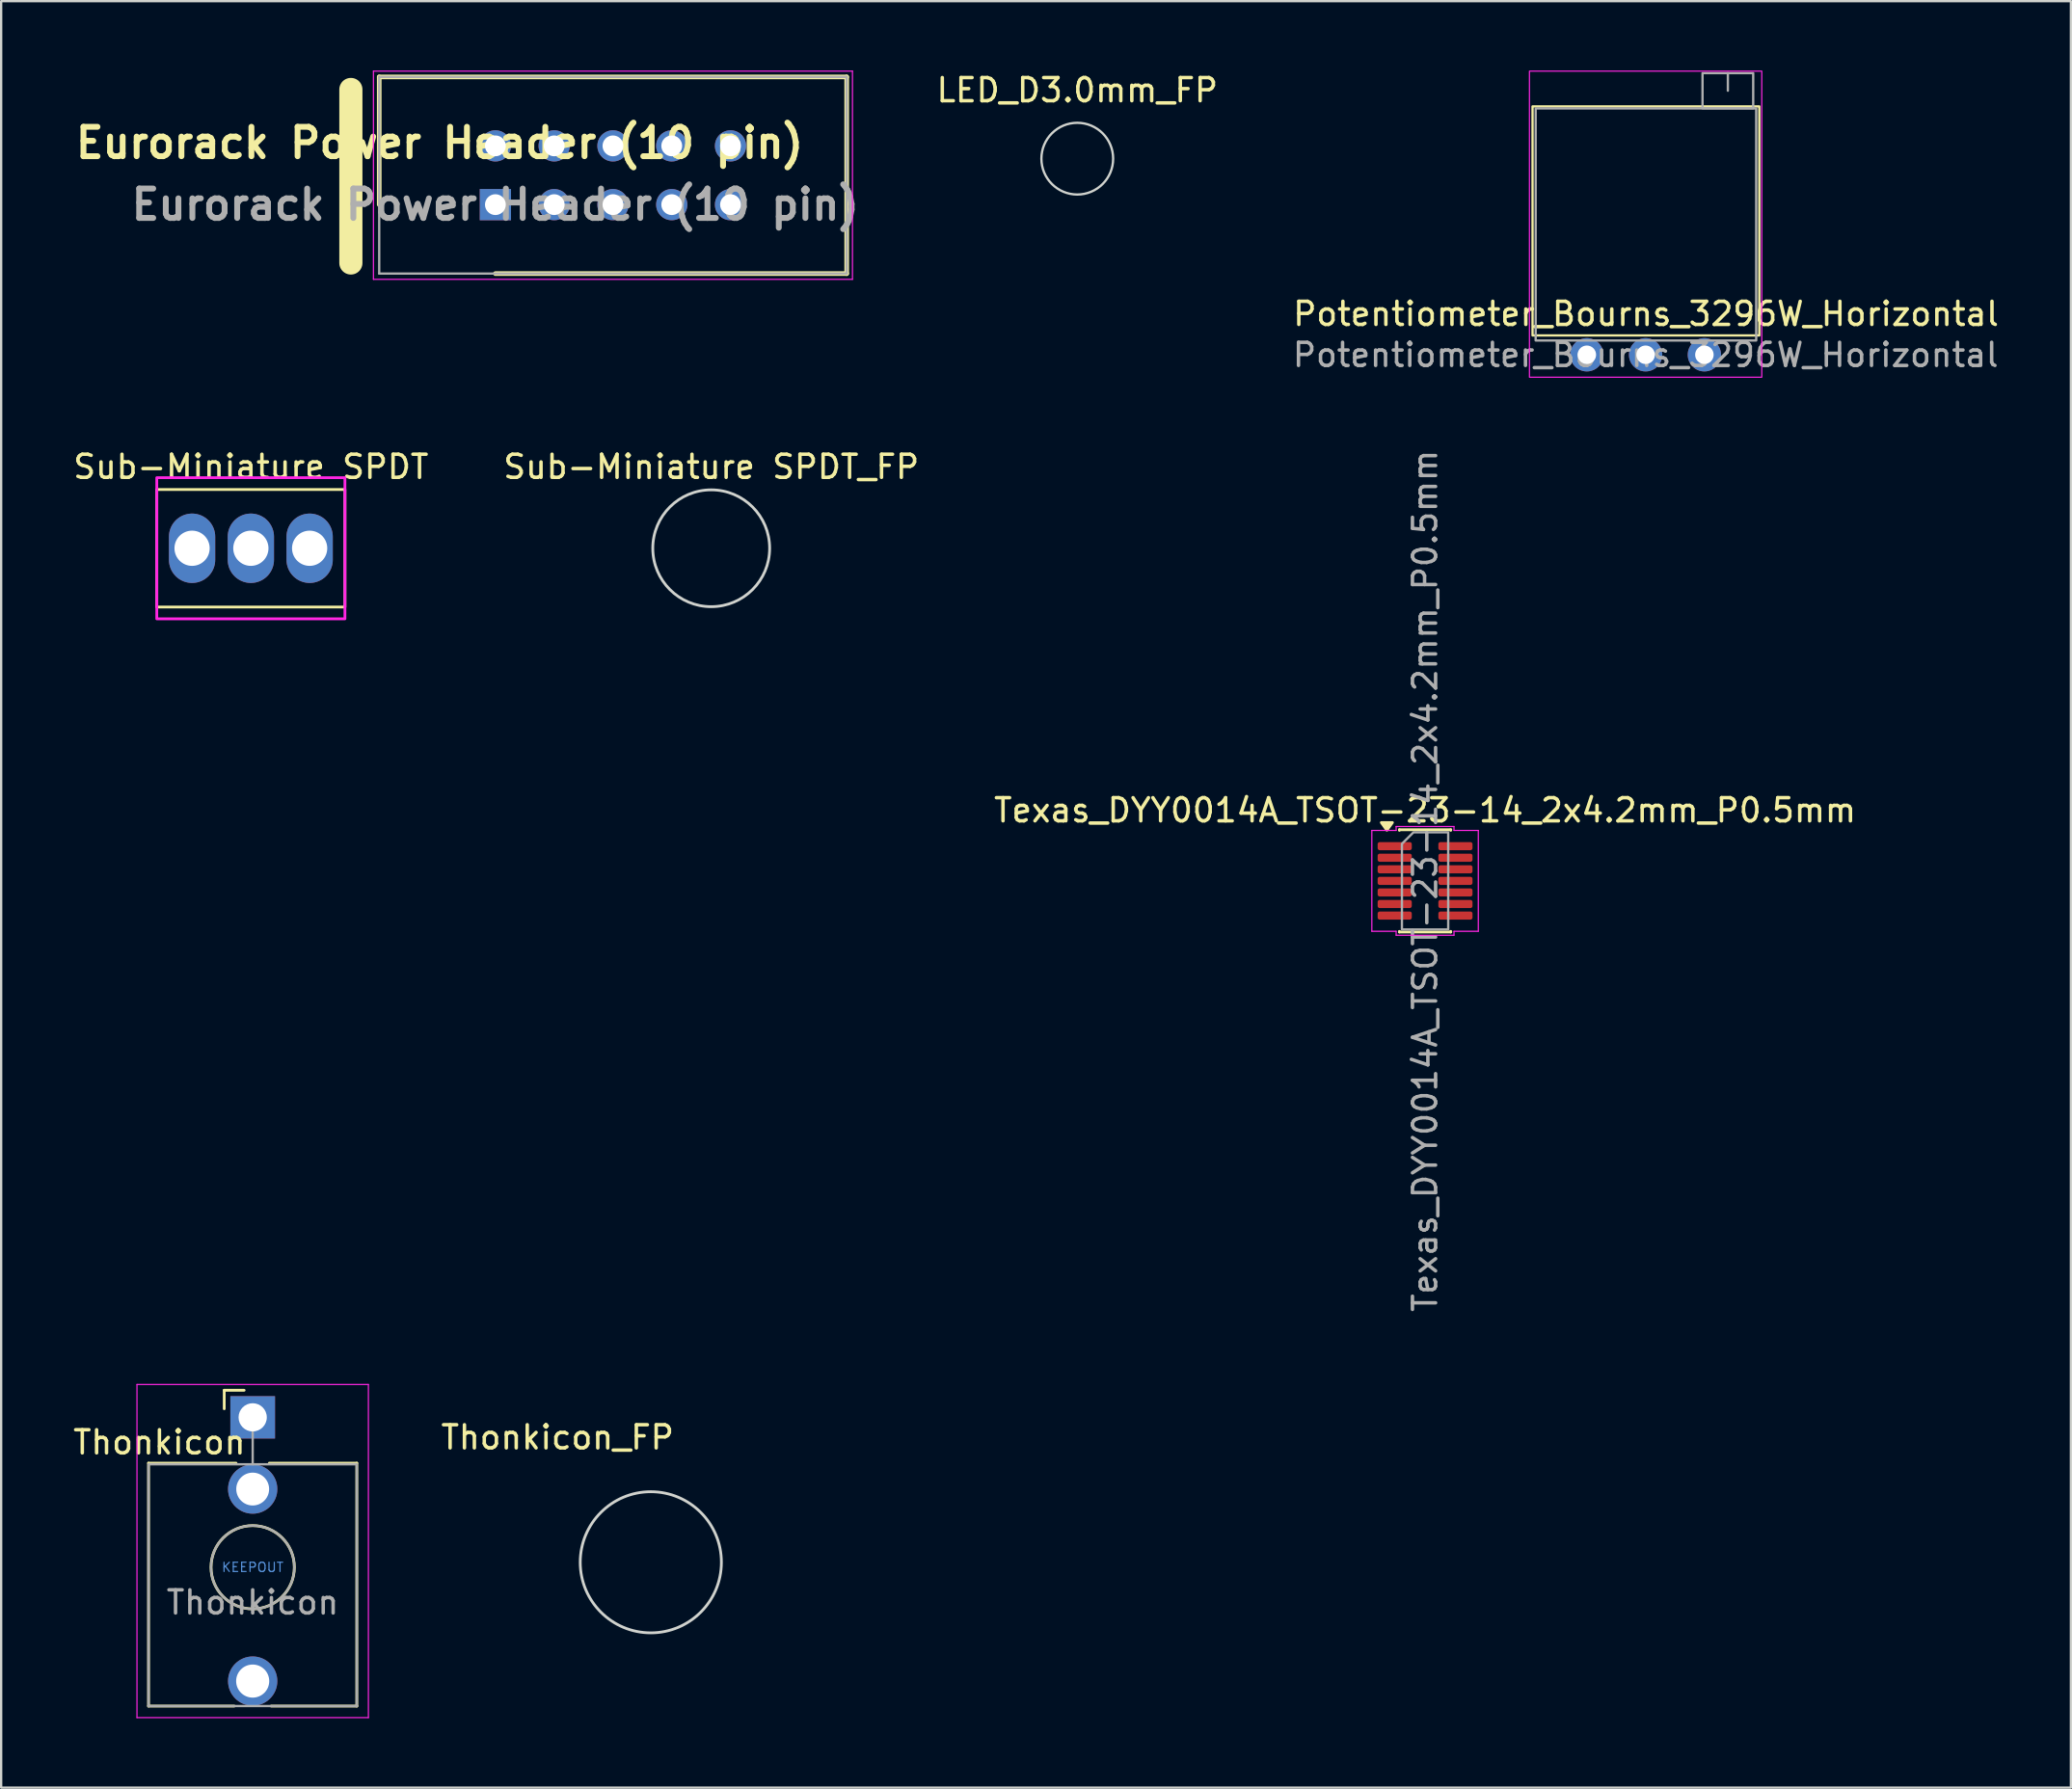
<source format=kicad_pcb>
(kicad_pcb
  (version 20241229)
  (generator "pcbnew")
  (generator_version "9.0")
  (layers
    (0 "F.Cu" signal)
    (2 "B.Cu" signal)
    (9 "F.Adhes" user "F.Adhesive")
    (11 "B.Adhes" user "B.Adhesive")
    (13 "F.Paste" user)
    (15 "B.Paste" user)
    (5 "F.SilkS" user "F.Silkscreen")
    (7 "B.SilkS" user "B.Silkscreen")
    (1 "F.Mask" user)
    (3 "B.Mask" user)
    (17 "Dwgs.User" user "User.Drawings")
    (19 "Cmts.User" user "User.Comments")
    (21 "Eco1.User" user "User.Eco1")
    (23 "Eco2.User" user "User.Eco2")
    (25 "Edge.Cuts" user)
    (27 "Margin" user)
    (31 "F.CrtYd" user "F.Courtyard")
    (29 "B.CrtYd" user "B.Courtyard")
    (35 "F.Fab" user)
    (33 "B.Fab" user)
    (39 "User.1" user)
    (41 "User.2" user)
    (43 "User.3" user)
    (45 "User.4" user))
  (footprint "Sub-Miniature SPDT"
    (layer "F.Cu")
    (at 7.79 20.648)
    (property "Reference" "Sub-Miniature SPDT" (at 0.002 -3.52 0) (unlocked yes) (layer "F.SilkS") (effects (font (size 1 1) (thickness 0.15))))
    (attr through_hole)
    (fp_rect (start -4.065 -2.54) (end 4.065 2.54) (stroke (width 0.12) (type solid)) (fill no) (layer "F.SilkS"))
    (fp_rect (start -4.065 -3.05) (end 4.065 3.05) (stroke (width 0.12) (type solid)) (fill no) (layer "F.CrtYd"))
    (pad "1" thru_hole oval (at -2.54 0 180) (size 2 3) (drill 1.522) (layers "*.Cu" "*.Mask"))
    (pad "2" thru_hole oval (at 0 0 180) (size 2 3) (drill 1.522) (layers "*.Cu" "*.Mask"))
    (pad "3" thru_hole oval (at 2.54 0 180) (size 2 3) (drill 1.522) (layers "*.Cu" "*.Mask")))
  (footprint "Potentiometer_Bourns_3296W_Horizontal"
    (layer "F.Cu")
    (at 70.6 12.285)
    (property "Reference" "Potentiometer_Bourns_3296W_Horizontal" (at -2.526 -1.768 0) (layer "F.SilkS") (effects (font (size 1 1) (thickness 0.15))))
    (attr through_hole)
    (fp_rect (start -7.426 -10.736) (end 2.374 -0.836) (stroke (width 0.1) (type default)) (fill no) (layer "F.SilkS"))
    (fp_rect (start -7.56 -12.26) (end 2.48 0.97) (stroke (width 0.05) (type solid)) (fill no) (layer "F.CrtYd"))
    (fp_line (start 1.014 -12.174) (end 1.014 -11.414) (stroke (width 0.1) (type solid)) (layer "F.Fab"))
    (fp_rect (start -7.291 -10.648) (end 2.239 -0.618) (stroke (width 0.1) (type solid)) (fill no) (layer "F.Fab"))
    (fp_rect (start -0.081 -12.174) (end 2.109 -10.654) (stroke (width 0.1) (type solid)) (fill no) (layer "F.Fab"))
    (fp_text user "${REFERENCE}" (at -2.54 0.005 0) (layer "F.Fab") (effects (font (size 1 1) (thickness 0.15))))
    (pad "1" thru_hole circle (at 0 0) (size 1.44 1.44) (drill 0.8) (layers "*.Cu" "*.Mask"))
    (pad "2" thru_hole circle (at -2.54 0) (size 1.44 1.44) (drill 0.8) (layers "*.Cu" "*.Mask"))
    (pad "3" thru_hole circle (at -5.08 0) (size 1.44 1.44) (drill 0.8) (layers "*.Cu" "*.Mask")))
  (footprint "Thonkicon_FP"
    (layer "F.Cu")
    (at 25.073 57.998)
    (property "Reference" "Thonkicon_FP" (at -4.03 1.08 180) (layer "F.SilkS") (effects (font (size 1 1) (thickness 0.15))))
    (attr through_hole)
    (fp_circle (center 0 6.48) (end 3.05 6.48) (stroke (width 0.12) (type solid)) (fill no) (layer "Edge.Cuts"))
    (fp_line (start -1.23 -1.17) (end -1.23 -0.37) (stroke (width 0.12) (type solid)) (layer "User.1"))
    (fp_line (start -1.23 -1.17) (end -0.37 -1.17) (stroke (width 0.12) (type solid)) (layer "User.1")))
  (footprint "Thonkicon"
    (layer "F.Cu")
    (at 7.869 58.213)
    (property "Reference" "Thonkicon" (at -4.03 1.08 180) (layer "F.SilkS") (effects (font (size 1 1) (thickness 0.15))))
    (attr through_hole)
    (fp_line (start -4.5 1.98) (end -4.5 12.48) (stroke (width 0.12) (type solid)) (layer "F.SilkS"))
    (fp_line (start -1.23 -1.17) (end -1.23 -0.37) (stroke (width 0.12) (type solid)) (layer "F.SilkS"))
    (fp_line (start -1.23 -1.17) (end -0.37 -1.17) (stroke (width 0.12) (type solid)) (layer "F.SilkS"))
    (fp_line (start -0.8 12.48) (end -4.5 12.48) (stroke (width 0.12) (type solid)) (layer "F.SilkS"))
    (fp_line (start -0.72 1.98) (end -4.5 1.98) (stroke (width 0.12) (type solid)) (layer "F.SilkS"))
    (fp_line (start 4.5 1.98) (end 0.72 1.98) (stroke (width 0.12) (type solid)) (layer "F.SilkS"))
    (fp_line (start 4.5 1.98) (end 4.5 12.48) (stroke (width 0.12) (type solid)) (layer "F.SilkS"))
    (fp_line (start 4.5 12.48) (end 0.8 12.48) (stroke (width 0.12) (type solid)) (layer "F.SilkS"))
    (fp_circle (center 0 6.48) (end 1.8 6.48) (stroke (width 0.12) (type solid)) (fill no) (layer "F.SilkS"))
    (fp_line (start -5 12.98) (end -5 -1.42) (stroke (width 0.05) (type solid)) (layer "F.CrtYd"))
    (fp_line (start 5 -1.42) (end -5 -1.42) (stroke (width 0.05) (type solid)) (layer "F.CrtYd"))
    (fp_line (start 5 12.98) (end -5 12.98) (stroke (width 0.05) (type solid)) (layer "F.CrtYd"))
    (fp_line (start 5 12.98) (end 5 -1.42) (stroke (width 0.05) (type solid)) (layer "F.CrtYd"))
    (fp_line (start -4.5 12.48) (end -4.5 2.08) (stroke (width 0.1) (type solid)) (layer "F.Fab"))
    (fp_line (start 0 0) (end 0 2.03) (stroke (width 0.1) (type solid)) (layer "F.Fab"))
    (fp_line (start 4.5 2.03) (end -4.5 2.03) (stroke (width 0.1) (type solid)) (layer "F.Fab"))
    (fp_line (start 4.5 12.48) (end -4.5 12.48) (stroke (width 0.1) (type solid)) (layer "F.Fab"))
    (fp_line (start 4.5 12.48) (end 4.5 2.08) (stroke (width 0.1) (type solid)) (layer "F.Fab"))
    (fp_circle (center 0 6.48) (end 1.8 6.48) (stroke (width 0.1) (type solid)) (fill no) (layer "F.Fab"))
    (fp_text user "KEEPOUT" (at 0 6.48 0) (layer "Cmts.User") (effects (font (size 0.4 0.4) (thickness 0.051))))
    (fp_text user "${REFERENCE}" (at 0 8 180) (layer "F.Fab") (effects (font (size 1 1) (thickness 0.15))))
    (pad "S" thru_hole rect (at 0 0 180) (size 1.93 1.83) (drill 1.22) (layers "*.Cu" "*.Mask"))
    (pad "T" thru_hole circle (at 0 11.4 180) (size 2.13 2.13) (drill 1.43) (layers "*.Cu" "*.Mask"))
    (pad "TN" thru_hole circle (at 0 3.1 180) (size 2.13 2.13) (drill 1.42) (layers "*.Cu" "*.Mask"))
    (zone (net_name "") (layer "F.Cu") (hatch full 0.508) (connect_pads) (min_thickness 0.254) (filled_areas_thickness no) (keepout (tracks not_allowed) (vias not_allowed) (pads not_allowed) (copperpour not_allowed) (footprints not_allowed)) (placement (enabled no)) (fill) (polygon (pts (xy 9.374 64.693) (xy 9.354 64.447) (xy 9.294 64.208) (xy 9.196 63.982) (xy 9.062 63.775) (xy 8.896 63.592) (xy 8.702 63.439) (xy 8.486 63.32) (xy 8.254 63.238) (xy 8.011 63.195) (xy 7.764 63.192) (xy 7.52 63.229) (xy 7.286 63.306) (xy 7.067 63.419) (xy 6.87 63.568) (xy 6.7 63.746) (xy 6.561 63.95) (xy 6.457 64.173) (xy 6.391 64.411) (xy 6.365 64.656) (xy 6.379 64.903) (xy 6.433 65.143) (xy 6.526 65.372) (xy 6.655 65.582) (xy 6.816 65.768) (xy 7.006 65.926) (xy 7.219 66.05) (xy 7.449 66.138) (xy 7.691 66.188) (xy 7.938 66.197) (xy 8.182 66.165) (xy 8.418 66.094) (xy 8.64 65.986) (xy 8.841 65.843) (xy 9.016 65.669) (xy 9.159 65.468) (xy 9.269 65.247) (xy 9.34 65.011) (xy 9.373 64.767)))))
  (footprint "Eurorack Power Header (10 pin)"
    (layer "F.Cu")
    (at 18.357 5.795)
    (property "Reference" "Eurorack Power Header (10 pin)" (at -2.409 -2.668 0) (layer "F.SilkS") (effects (font (size 1.27 1.27) (thickness 0.254))))
    (attr through_hole)
    (fp_line (start -6.245 -4.978) (end -6.245 2.522) (stroke (width 1) (type solid)) (layer "F.SilkS"))
    (fp_line (start -5.02 -5.52) (end -5.02 0) (stroke (width 0.2) (type solid)) (layer "F.SilkS"))
    (fp_line (start 0 2.98) (end 15.18 2.98) (stroke (width 0.2) (type solid)) (layer "F.SilkS"))
    (fp_line (start 15.18 -5.52) (end -5.02 -5.52) (stroke (width 0.2) (type solid)) (layer "F.SilkS"))
    (fp_line (start 15.18 2.98) (end 15.18 -5.52) (stroke (width 0.2) (type solid)) (layer "F.SilkS"))
    (fp_line (start -5.27 -5.77) (end 15.43 -5.77) (stroke (width 0.05) (type solid)) (layer "F.CrtYd"))
    (fp_line (start -5.27 3.23) (end -5.27 -5.77) (stroke (width 0.05) (type solid)) (layer "F.CrtYd"))
    (fp_line (start 15.43 -5.77) (end 15.43 3.23) (stroke (width 0.05) (type solid)) (layer "F.CrtYd"))
    (fp_line (start 15.43 3.23) (end -5.27 3.23) (stroke (width 0.05) (type solid)) (layer "F.CrtYd"))
    (fp_line (start -5.02 -5.52) (end 15.18 -5.52) (stroke (width 0.1) (type solid)) (layer "F.Fab"))
    (fp_line (start -5.02 2.98) (end -5.02 -5.52) (stroke (width 0.1) (type solid)) (layer "F.Fab"))
    (fp_line (start 15.18 -5.52) (end 15.18 2.98) (stroke (width 0.1) (type solid)) (layer "F.Fab"))
    (fp_line (start 15.18 2.98) (end -5.02 2.98) (stroke (width 0.1) (type solid)) (layer "F.Fab"))
    (fp_text user "${REFERENCE}" (at 0 0 0) (layer "F.Fab") (effects (font (size 1.27 1.27) (thickness 0.254))))
    (pad "1" thru_hole rect (at 0 0) (size 1.35 1.35) (drill 0.9) (layers "*.Cu" "*.Mask"))
    (pad "2" thru_hole circle (at 0 -2.54) (size 1.35 1.35) (drill 0.9) (layers "*.Cu" "*.Mask"))
    (pad "3" thru_hole circle (at 2.54 0) (size 1.35 1.35) (drill 0.9) (layers "*.Cu" "*.Mask"))
    (pad "4" thru_hole circle (at 2.54 -2.54) (size 1.35 1.35) (drill 0.9) (layers "*.Cu" "*.Mask"))
    (pad "5" thru_hole circle (at 5.08 0) (size 1.35 1.35) (drill 0.9) (layers "*.Cu" "*.Mask"))
    (pad "6" thru_hole circle (at 5.08 -2.54) (size 1.35 1.35) (drill 0.9) (layers "*.Cu" "*.Mask"))
    (pad "7" thru_hole circle (at 7.62 0) (size 1.35 1.35) (drill 0.9) (layers "*.Cu" "*.Mask"))
    (pad "8" thru_hole circle (at 7.62 -2.54) (size 1.35 1.35) (drill 0.9) (layers "*.Cu" "*.Mask"))
    (pad "9" thru_hole circle (at 10.16 0) (size 1.35 1.35) (drill 0.9) (layers "*.Cu" "*.Mask"))
    (pad "10" thru_hole circle (at 10.16 -2.54) (size 1.35 1.35) (drill 0.9) (layers "*.Cu" "*.Mask")))
  (footprint "Texas_DYY0014A_TSOT-23-14_2x4.2mm_P0.5mm"
    (layer "F.Cu")
    (at 58.53 35.024)
    (property "Reference" "Texas_DYY0014A_TSOT-23-14_2x4.2mm_P0.5mm" (at 0 -3.05 0) (layer "F.SilkS") (effects (font (size 1 1) (thickness 0.15))))
    (attr smd)
    (fp_line (start -1.11 -2.21) (end 1.11 -2.21) (stroke (width 0.12) (type solid)) (layer "F.SilkS"))
    (fp_line (start -1.11 -2.185) (end -1.11 -2.21) (stroke (width 0.12) (type solid)) (layer "F.SilkS"))
    (fp_line (start -1.11 2.21) (end -1.11 2.185) (stroke (width 0.12) (type solid)) (layer "F.SilkS"))
    (fp_line (start 1.11 -2.21) (end 1.11 -2.185) (stroke (width 0.12) (type solid)) (layer "F.SilkS"))
    (fp_line (start 1.11 2.185) (end 1.11 2.21) (stroke (width 0.12) (type solid)) (layer "F.SilkS"))
    (fp_line (start 1.11 2.21) (end -1.11 2.21) (stroke (width 0.12) (type solid)) (layer "F.SilkS"))
    (fp_poly (pts (xy -1.65 -2.19) (xy -1.89 -2.52) (xy -1.41 -2.52)) (stroke (width 0.12) (type solid)) (fill yes) (layer "F.SilkS"))
    (fp_line (start -2.3 -2.18) (end -1.25 -2.18) (stroke (width 0.05) (type solid)) (layer "F.CrtYd"))
    (fp_line (start -2.3 2.18) (end -2.3 -2.18) (stroke (width 0.05) (type solid)) (layer "F.CrtYd"))
    (fp_line (start -1.25 -2.35) (end 1.25 -2.35) (stroke (width 0.05) (type solid)) (layer "F.CrtYd"))
    (fp_line (start -1.25 -2.18) (end -1.25 -2.35) (stroke (width 0.05) (type solid)) (layer "F.CrtYd"))
    (fp_line (start -1.25 2.18) (end -2.3 2.18) (stroke (width 0.05) (type solid)) (layer "F.CrtYd"))
    (fp_line (start -1.25 2.35) (end -1.25 2.18) (stroke (width 0.05) (type solid)) (layer "F.CrtYd"))
    (fp_line (start 1.25 -2.35) (end 1.25 -2.18) (stroke (width 0.05) (type solid)) (layer "F.CrtYd"))
    (fp_line (start 1.25 -2.18) (end 2.3 -2.18) (stroke (width 0.05) (type solid)) (layer "F.CrtYd"))
    (fp_line (start 1.25 2.18) (end 1.25 2.35) (stroke (width 0.05) (type solid)) (layer "F.CrtYd"))
    (fp_line (start 1.25 2.35) (end -1.25 2.35) (stroke (width 0.05) (type solid)) (layer "F.CrtYd"))
    (fp_line (start 2.3 -2.18) (end 2.3 2.18) (stroke (width 0.05) (type solid)) (layer "F.CrtYd"))
    (fp_line (start 2.3 2.18) (end 1.25 2.18) (stroke (width 0.05) (type solid)) (layer "F.CrtYd"))
    (fp_poly (pts (xy -1 -1.6) (xy -1 2.1) (xy 1 2.1) (xy 1 -2.1) (xy -0.5 -2.1)) (stroke (width 0.1) (type solid)) (fill no) (layer "F.Fab"))
    (fp_text user "${REFERENCE}" (at 0 0 90) (layer "F.Fab") (effects (font (size 1 1) (thickness 0.15))))
    (pad "1" smd roundrect (at -1.312 -1.5) (size 1.475 0.35) (layers "F.Cu" "F.Mask" "F.Paste") (roundrect_rratio 0.25))
    (pad "2" smd roundrect (at -1.312 -1) (size 1.475 0.35) (layers "F.Cu" "F.Mask" "F.Paste") (roundrect_rratio 0.25))
    (pad "3" smd roundrect (at -1.312 -0.5) (size 1.475 0.35) (layers "F.Cu" "F.Mask" "F.Paste") (roundrect_rratio 0.25))
    (pad "4" smd roundrect (at -1.312 0) (size 1.475 0.35) (layers "F.Cu" "F.Mask" "F.Paste") (roundrect_rratio 0.25))
    (pad "5" smd roundrect (at -1.312 0.5) (size 1.475 0.35) (layers "F.Cu" "F.Mask" "F.Paste") (roundrect_rratio 0.25))
    (pad "6" smd roundrect (at -1.312 1) (size 1.475 0.35) (layers "F.Cu" "F.Mask" "F.Paste") (roundrect_rratio 0.25))
    (pad "7" smd roundrect (at -1.312 1.5) (size 1.475 0.35) (layers "F.Cu" "F.Mask" "F.Paste") (roundrect_rratio 0.25))
    (pad "8" smd roundrect (at 1.312 1.5) (size 1.475 0.35) (layers "F.Cu" "F.Mask" "F.Paste") (roundrect_rratio 0.25))
    (pad "9" smd roundrect (at 1.312 1) (size 1.475 0.35) (layers "F.Cu" "F.Mask" "F.Paste") (roundrect_rratio 0.25))
    (pad "10" smd roundrect (at 1.312 0.5) (size 1.475 0.35) (layers "F.Cu" "F.Mask" "F.Paste") (roundrect_rratio 0.25))
    (pad "11" smd roundrect (at 1.312 0) (size 1.475 0.35) (layers "F.Cu" "F.Mask" "F.Paste") (roundrect_rratio 0.25))
    (pad "12" smd roundrect (at 1.312 -0.5) (size 1.475 0.35) (layers "F.Cu" "F.Mask" "F.Paste") (roundrect_rratio 0.25))
    (pad "13" smd roundrect (at 1.312 -1) (size 1.475 0.35) (layers "F.Cu" "F.Mask" "F.Paste") (roundrect_rratio 0.25))
    (pad "14" smd roundrect (at 1.312 -1.5) (size 1.475 0.35) (layers "F.Cu" "F.Mask" "F.Paste") (roundrect_rratio 0.25)))
  (footprint "LED_D3.0mm_FP"
    (layer "F.Cu")
    (at 42.231 3.808)
    (property "Reference" "LED_D3.0mm_FP" (at 1.27 -2.96 0) (layer "F.SilkS") (effects (font (size 1 1) (thickness 0.15))))
    (attr through_hole)
    (fp_circle (center 1.27 0) (end 2.82 0) (stroke (width 0.1) (type solid)) (fill no) (layer "Edge.Cuts"))
    (fp_line (start -0.23 -1.166) (end -0.23 1.166) (stroke (width 0.1) (type solid)) (layer "User.1"))
    (fp_arc (start -0.23 -1.16619) (mid 3.17 0) (end -0.23 1.16619) (stroke (width 0.1) (type solid)) (layer "User.1")))
  (footprint "Sub-Miniature SPDT_FP"
    (layer "F.Cu")
    (at 27.683 20.648)
    (property "Reference" "Sub-Miniature SPDT_FP" (at 0.002 -3.52 0) (unlocked yes) (layer "F.SilkS") (effects (font (size 1 1) (thickness 0.15))))
    (attr through_hole)
    (fp_circle (center 0 0) (end 2.525 0) (stroke (width 0.12) (type solid)) (fill no) (layer "Edge.Cuts"))
    (fp_rect (start -4.065 -2.54) (end 4.065 2.54) (stroke (width 0.12) (type solid)) (fill no) (layer "User.1")))
  (gr_rect
    (start -3 -3)
    (end 86.438 74.218)
    (stroke (width 0.1) (type default))
    (fill no)
    (layer "Edge.Cuts")))
</source>
